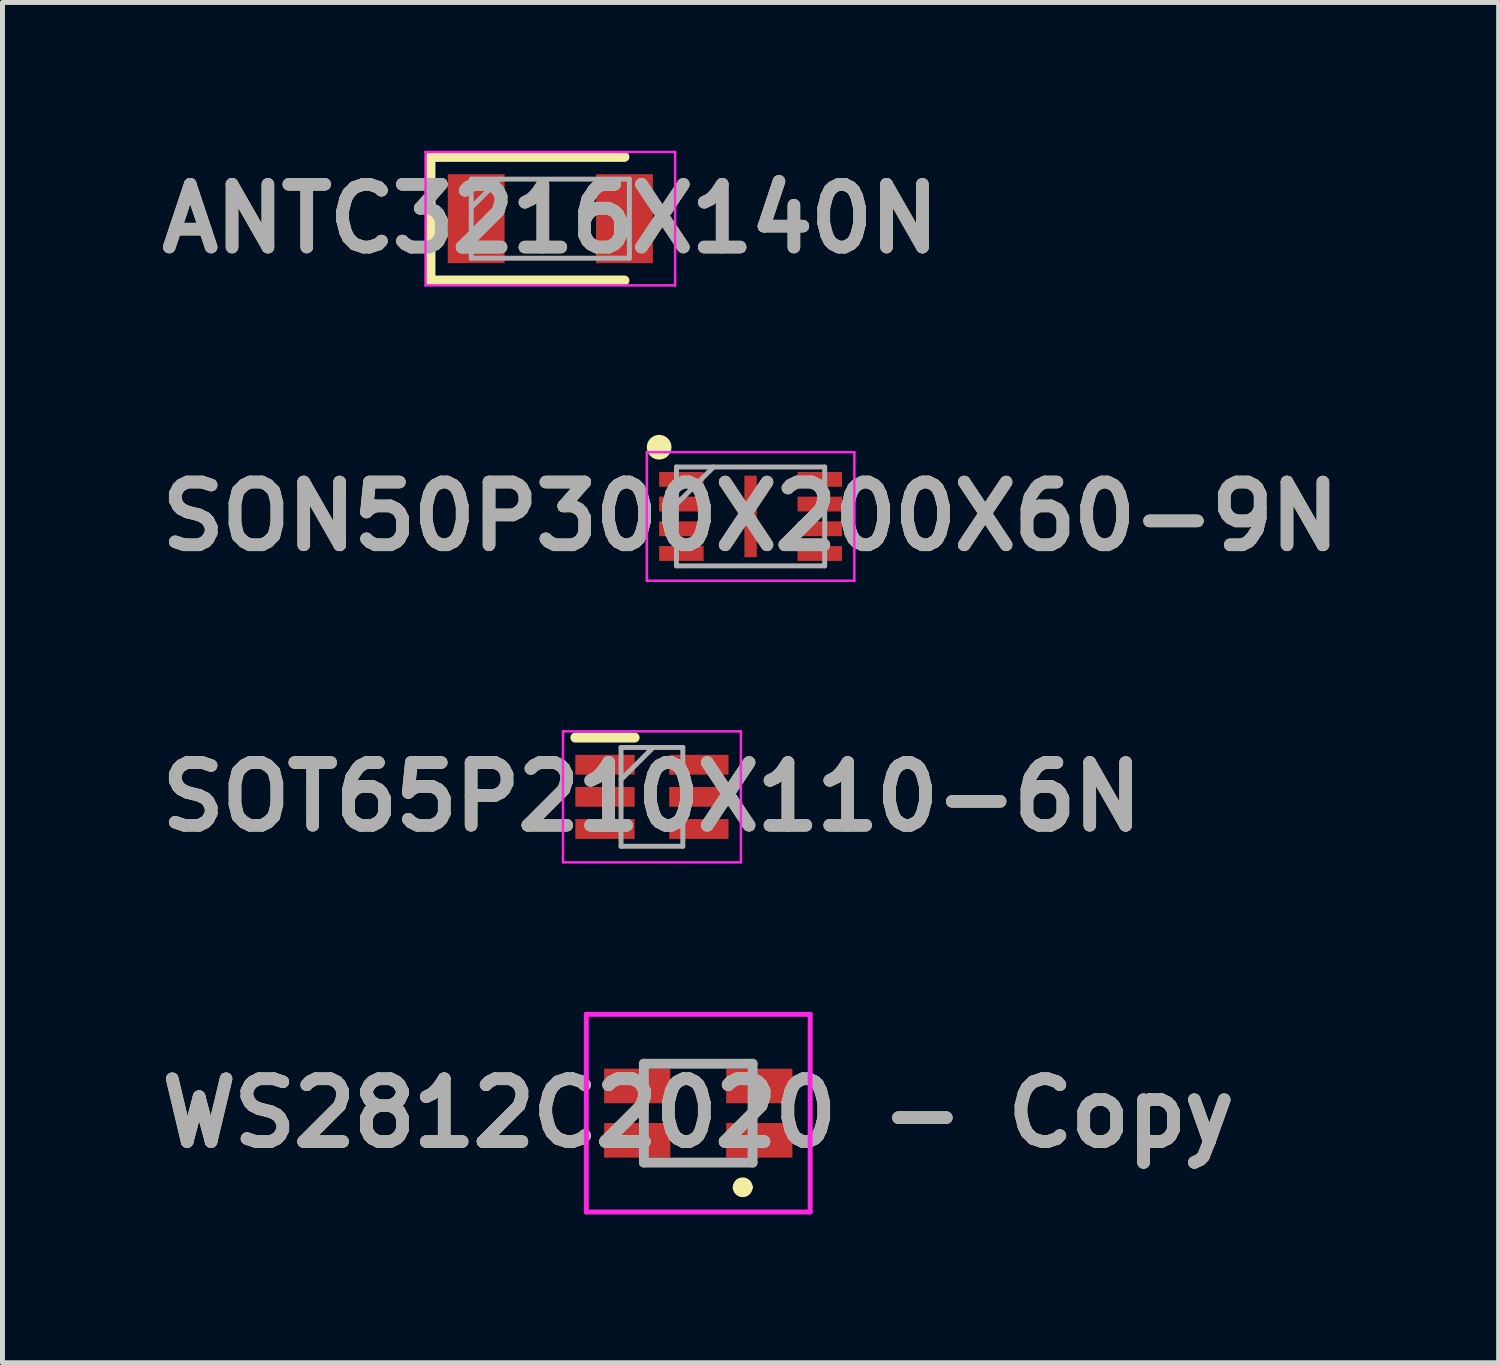
<source format=kicad_pcb>
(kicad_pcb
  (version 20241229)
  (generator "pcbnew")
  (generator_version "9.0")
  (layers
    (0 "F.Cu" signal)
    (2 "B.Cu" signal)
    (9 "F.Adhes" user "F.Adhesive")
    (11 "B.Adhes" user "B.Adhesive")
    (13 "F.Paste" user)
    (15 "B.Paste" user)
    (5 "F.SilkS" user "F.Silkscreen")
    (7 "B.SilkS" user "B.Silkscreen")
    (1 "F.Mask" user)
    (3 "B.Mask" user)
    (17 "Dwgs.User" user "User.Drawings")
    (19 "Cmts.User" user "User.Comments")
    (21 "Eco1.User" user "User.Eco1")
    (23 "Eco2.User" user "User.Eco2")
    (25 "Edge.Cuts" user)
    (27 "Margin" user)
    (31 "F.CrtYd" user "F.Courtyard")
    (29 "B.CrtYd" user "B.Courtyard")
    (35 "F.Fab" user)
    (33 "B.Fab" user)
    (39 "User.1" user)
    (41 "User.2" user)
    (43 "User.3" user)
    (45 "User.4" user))
  (footprint "SOT65P210X110-6N"
    (layer "F.Cu")
    (at 10.142 13.075)
    (property "Reference" "SOT65P210X110-6N" (at 0 0 0) (layer "F.SilkS") (effects (font (size 1.27 1.27) (thickness 0.254))))
    (attr smd)
    (fp_line (start -1.55 -1.2) (end -0.35 -1.2) (stroke (width 0.2) (type solid)) (layer "F.SilkS"))
    (fp_line (start -1.8 -1.325) (end 1.8 -1.325) (stroke (width 0.05) (type solid)) (layer "F.CrtYd"))
    (fp_line (start -1.8 1.325) (end -1.8 -1.325) (stroke (width 0.05) (type solid)) (layer "F.CrtYd"))
    (fp_line (start 1.8 -1.325) (end 1.8 1.325) (stroke (width 0.05) (type solid)) (layer "F.CrtYd"))
    (fp_line (start 1.8 1.325) (end -1.8 1.325) (stroke (width 0.05) (type solid)) (layer "F.CrtYd"))
    (fp_line (start -0.625 -1) (end 0.625 -1) (stroke (width 0.1) (type solid)) (layer "F.Fab"))
    (fp_line (start -0.625 -0.35) (end 0.025 -1) (stroke (width 0.1) (type solid)) (layer "F.Fab"))
    (fp_line (start -0.625 1) (end -0.625 -1) (stroke (width 0.1) (type solid)) (layer "F.Fab"))
    (fp_line (start 0.625 -1) (end 0.625 1) (stroke (width 0.1) (type solid)) (layer "F.Fab"))
    (fp_line (start 0.625 1) (end -0.625 1) (stroke (width 0.1) (type solid)) (layer "F.Fab"))
    (fp_text user "${REFERENCE}" (at 0 0 0) (layer "F.Fab") (effects (font (size 1.27 1.27) (thickness 0.254))))
    (pad "1" smd rect (at -0.95 -0.65 90) (size 0.4 1.2) (layers "F.Cu" "F.Mask" "F.Paste"))
    (pad "2" smd rect (at -0.95 0 90) (size 0.4 1.2) (layers "F.Cu" "F.Mask" "F.Paste"))
    (pad "3" smd rect (at -0.95 0.65 90) (size 0.4 1.2) (layers "F.Cu" "F.Mask" "F.Paste"))
    (pad "4" smd rect (at 0.95 0.65 90) (size 0.4 1.2) (layers "F.Cu" "F.Mask" "F.Paste"))
    (pad "5" smd rect (at 0.95 0 90) (size 0.4 1.2) (layers "F.Cu" "F.Mask" "F.Paste"))
    (pad "6" smd rect (at 0.95 -0.65 90) (size 0.4 1.2) (layers "F.Cu" "F.Mask" "F.Paste")))
  (footprint "WS2812C2020 - Copy"
    (layer "F.Cu")
    (at 11.079 19.475)
    (property "Reference" "WS2812C2020 - Copy" (at 0 0 0) (layer "F.SilkS") (effects (font (size 1.27 1.27) (thickness 0.254))))
    (attr smd)
    (fp_line (start -0.4 -1) (end 0.4 -1) (stroke (width 0.1) (type solid)) (layer "F.SilkS"))
    (fp_line (start -0.4 1) (end 0.4 1) (stroke (width 0.1) (type solid)) (layer "F.SilkS"))
    (fp_line (start 0.8 1.5) (end 0.8 1.5) (stroke (width 0.2) (type solid)) (layer "F.SilkS"))
    (fp_line (start 1 1.5) (end 1 1.5) (stroke (width 0.2) (type solid)) (layer "F.SilkS"))
    (fp_arc (start 0.8 1.5) (mid 0.9 1.4) (end 1 1.5) (stroke (width 0.2) (type solid)) (layer "F.SilkS"))
    (fp_arc (start 1 1.5) (mid 0.9 1.6) (end 0.8 1.5) (stroke (width 0.2) (type solid)) (layer "F.SilkS"))
    (fp_line (start -2.265 -2) (end 2.265 -2) (stroke (width 0.1) (type solid)) (layer "F.CrtYd"))
    (fp_line (start -2.265 2) (end -2.265 -2) (stroke (width 0.1) (type solid)) (layer "F.CrtYd"))
    (fp_line (start 2.265 -2) (end 2.265 2) (stroke (width 0.1) (type solid)) (layer "F.CrtYd"))
    (fp_line (start 2.265 2) (end -2.265 2) (stroke (width 0.1) (type solid)) (layer "F.CrtYd"))
    (fp_line (start -1.1 -1) (end 1.1 -1) (stroke (width 0.2) (type solid)) (layer "F.Fab"))
    (fp_line (start -1.1 1) (end -1.1 -1) (stroke (width 0.2) (type solid)) (layer "F.Fab"))
    (fp_line (start 1.1 -1) (end 1.1 1) (stroke (width 0.2) (type solid)) (layer "F.Fab"))
    (fp_line (start 1.1 1) (end -1.1 1) (stroke (width 0.2) (type solid)) (layer "F.Fab"))
    (fp_text user "${REFERENCE}" (at 0 0 0) (layer "F.Fab") (effects (font (size 1.27 1.27) (thickness 0.254))))
    (pad "1" smd rect (at 1.235 0.55 90) (size 0.7 1.34) (layers "F.Cu" "F.Mask" "F.Paste"))
    (pad "2" smd rect (at 1.235 -0.55 90) (size 0.7 1.34) (layers "F.Cu" "F.Mask" "F.Paste"))
    (pad "3" smd rect (at -1.235 -0.55 90) (size 0.7 1.34) (layers "F.Cu" "F.Mask" "F.Paste"))
    (pad "4" smd rect (at -1.235 0.55 90) (size 0.7 1.34) (layers "F.Cu" "F.Mask" "F.Paste")))
  (footprint "ANTC3216X140N"
    (layer "F.Cu")
    (at 8.086 1.375)
    (property "Reference" "ANTC3216X140N" (at 0 0 0) (layer "F.SilkS") (effects (font (size 1.27 1.27) (thickness 0.254))))
    (attr smd)
    (fp_line (start -2.425 -1.25) (end -2.425 1.25) (stroke (width 0.2) (type solid)) (layer "F.SilkS"))
    (fp_line (start -2.425 1.25) (end 1.5 1.25) (stroke (width 0.2) (type solid)) (layer "F.SilkS"))
    (fp_line (start 1.5 -1.25) (end -2.425 -1.25) (stroke (width 0.2) (type solid)) (layer "F.SilkS"))
    (fp_line (start -2.525 -1.35) (end 2.525 -1.35) (stroke (width 0.05) (type solid)) (layer "F.CrtYd"))
    (fp_line (start -2.525 1.35) (end -2.525 -1.35) (stroke (width 0.05) (type solid)) (layer "F.CrtYd"))
    (fp_line (start 2.525 -1.35) (end 2.525 1.35) (stroke (width 0.05) (type solid)) (layer "F.CrtYd"))
    (fp_line (start 2.525 1.35) (end -2.525 1.35) (stroke (width 0.05) (type solid)) (layer "F.CrtYd"))
    (fp_line (start -1.6 -0.8) (end 1.6 -0.8) (stroke (width 0.1) (type solid)) (layer "F.Fab"))
    (fp_line (start -1.6 -0.225) (end -1.025 -0.8) (stroke (width 0.1) (type solid)) (layer "F.Fab"))
    (fp_line (start -1.6 0.8) (end -1.6 -0.8) (stroke (width 0.1) (type solid)) (layer "F.Fab"))
    (fp_line (start 1.6 -0.8) (end 1.6 0.8) (stroke (width 0.1) (type solid)) (layer "F.Fab"))
    (fp_line (start 1.6 0.8) (end -1.6 0.8) (stroke (width 0.1) (type solid)) (layer "F.Fab"))
    (fp_text user "${REFERENCE}" (at 0 0 0) (layer "F.Fab") (effects (font (size 1.27 1.27) (thickness 0.254))))
    (pad "1" smd rect (at -1.5 0) (size 1.15 1.8) (layers "F.Cu" "F.Mask" "F.Paste"))
    (pad "2" smd rect (at 1.5 0) (size 1.15 1.8) (layers "F.Cu" "F.Mask" "F.Paste")))
  (footprint "SON50P300X200X60-9N"
    (layer "F.Cu")
    (at 12.138 7.4)
    (property "Reference" "SON50P300X200X60-9N" (at 0 0 0) (layer "F.SilkS") (effects (font (size 1.27 1.27) (thickness 0.254))))
    (attr smd)
    (fp_circle (center -1.85 -1.4) (end -1.85 -1.275) (stroke (width 0.25) (type solid)) (fill no) (layer "F.SilkS"))
    (fp_line (start -2.1 -1.3) (end 2.1 -1.3) (stroke (width 0.05) (type solid)) (layer "F.CrtYd"))
    (fp_line (start -2.1 1.3) (end -2.1 -1.3) (stroke (width 0.05) (type solid)) (layer "F.CrtYd"))
    (fp_line (start 2.1 -1.3) (end 2.1 1.3) (stroke (width 0.05) (type solid)) (layer "F.CrtYd"))
    (fp_line (start 2.1 1.3) (end -2.1 1.3) (stroke (width 0.05) (type solid)) (layer "F.CrtYd"))
    (fp_line (start -1.5 -1) (end 1.5 -1) (stroke (width 0.1) (type solid)) (layer "F.Fab"))
    (fp_line (start -1.5 -0.25) (end -0.75 -1) (stroke (width 0.1) (type solid)) (layer "F.Fab"))
    (fp_line (start -1.5 1) (end -1.5 -1) (stroke (width 0.1) (type solid)) (layer "F.Fab"))
    (fp_line (start 1.5 -1) (end 1.5 1) (stroke (width 0.1) (type solid)) (layer "F.Fab"))
    (fp_line (start 1.5 1) (end -1.5 1) (stroke (width 0.1) (type solid)) (layer "F.Fab"))
    (fp_text user "${REFERENCE}" (at 0 0 0) (layer "F.Fab") (effects (font (size 1.27 1.27) (thickness 0.254))))
    (pad "1" smd rect (at -1.4 -0.75 90) (size 0.3 0.9) (layers "F.Cu" "F.Mask" "F.Paste"))
    (pad "2" smd rect (at -1.4 -0.25 90) (size 0.3 0.9) (layers "F.Cu" "F.Mask" "F.Paste"))
    (pad "3" smd rect (at -1.4 0.25 90) (size 0.3 0.9) (layers "F.Cu" "F.Mask" "F.Paste"))
    (pad "4" smd rect (at -1.4 0.75 90) (size 0.3 0.9) (layers "F.Cu" "F.Mask" "F.Paste"))
    (pad "5" smd rect (at 1.4 0.75 90) (size 0.3 0.9) (layers "F.Cu" "F.Mask" "F.Paste"))
    (pad "6" smd rect (at 1.4 0.25 90) (size 0.3 0.9) (layers "F.Cu" "F.Mask" "F.Paste"))
    (pad "7" smd rect (at 1.4 -0.25 90) (size 0.3 0.9) (layers "F.Cu" "F.Mask" "F.Paste"))
    (pad "8" smd rect (at 1.4 -0.75 90) (size 0.3 0.9) (layers "F.Cu" "F.Mask" "F.Paste"))
    (pad "9" smd rect (at 0 0) (size 0.25 1.65) (layers "F.Cu" "F.Mask" "F.Paste")))
  (gr_rect
    (start -3 -3)
    (end 27.275 24.525)
    (stroke (width 0.1) (type default))
    (fill no)
    (layer "Edge.Cuts")))
</source>
